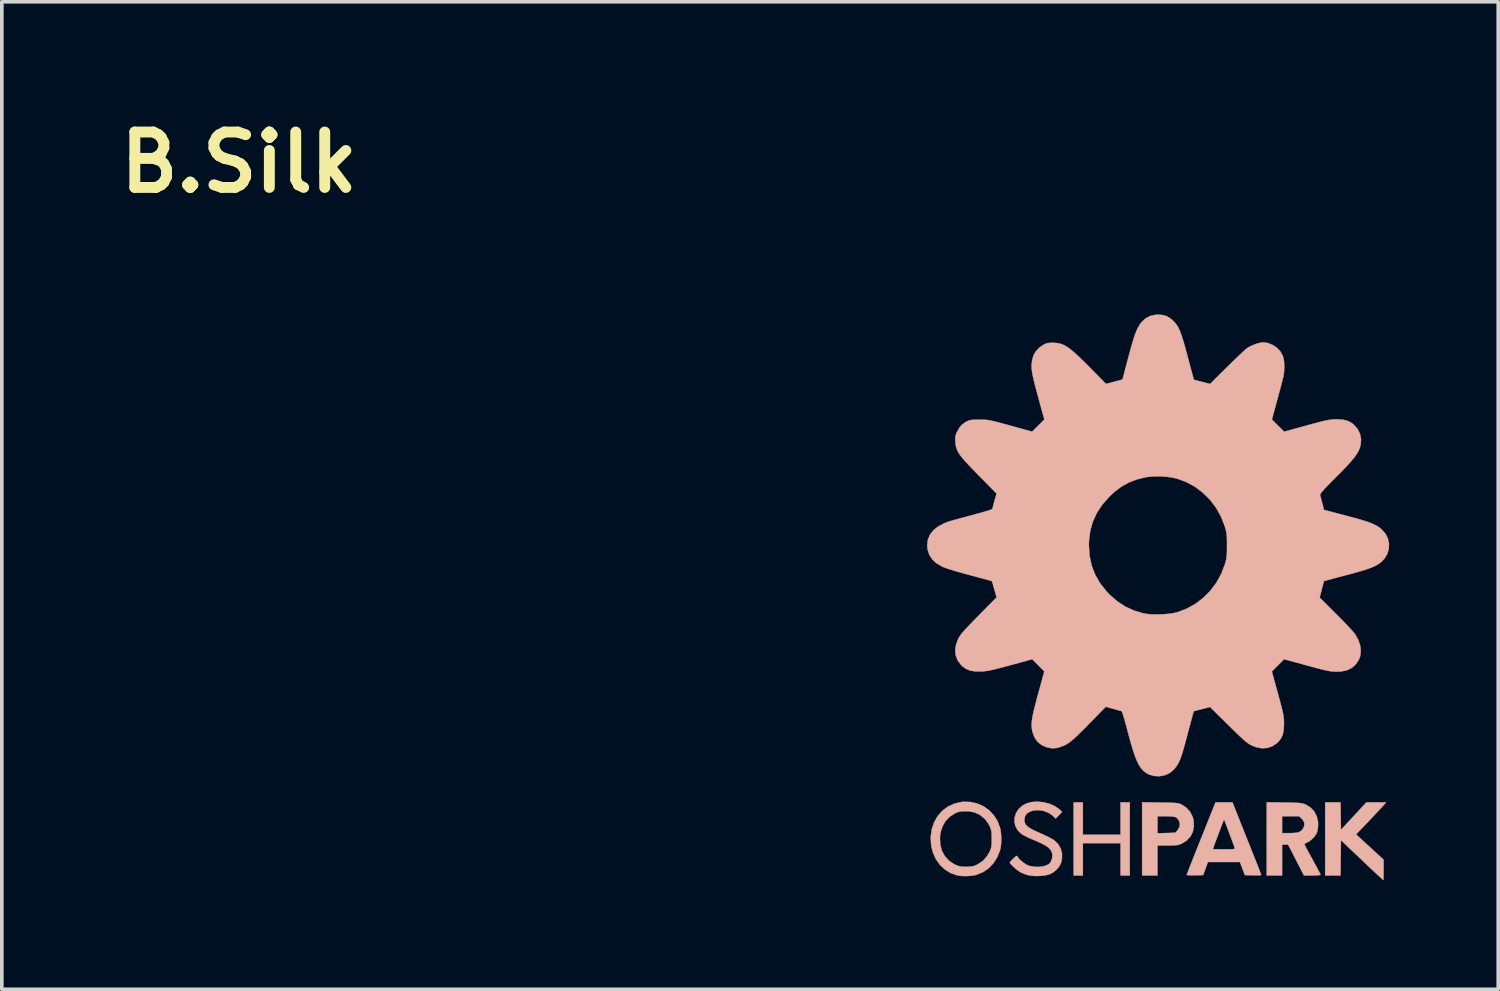
<source format=kicad_pcb>
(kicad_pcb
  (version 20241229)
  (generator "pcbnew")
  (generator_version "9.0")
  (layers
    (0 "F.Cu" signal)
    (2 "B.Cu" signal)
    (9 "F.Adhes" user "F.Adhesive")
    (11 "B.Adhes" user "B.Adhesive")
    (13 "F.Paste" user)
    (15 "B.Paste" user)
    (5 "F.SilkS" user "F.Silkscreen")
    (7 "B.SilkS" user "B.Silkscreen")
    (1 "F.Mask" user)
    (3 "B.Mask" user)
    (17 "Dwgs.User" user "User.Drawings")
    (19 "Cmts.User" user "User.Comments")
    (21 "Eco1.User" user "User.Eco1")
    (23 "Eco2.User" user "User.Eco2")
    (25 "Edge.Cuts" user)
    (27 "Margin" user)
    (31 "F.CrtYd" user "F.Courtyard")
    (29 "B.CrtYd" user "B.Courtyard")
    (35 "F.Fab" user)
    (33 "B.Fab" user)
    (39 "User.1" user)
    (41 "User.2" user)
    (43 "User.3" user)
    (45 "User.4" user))
  (footprint "B.Silk"
    (layer "F.Cu")
    (at 3.527 1.418)
    (property "Reference" "B.Silk" (at 0 0 0) (layer "F.SilkS") (effects (font (size 1.524 1.524) (thickness 0.3))))
    (attr through_hole)
    (fp_poly (pts (xy 23.22 18.5) (xy 24.257 18.5) (xy 24.257 17.611) (xy 24.511 17.611) (xy 24.511 19.622) (xy 24.257 19.622) (xy 24.257 18.733) (xy 23.22 18.733) (xy 23.22 19.622) (xy 22.966 19.622) (xy 22.966 17.611) (xy 23.22 17.611) (xy 23.22 18.5)) (stroke (width 0.01) (type solid)) (fill yes) (layer "B.SilkS"))
    (fp_poly (pts (xy 30.315 17.989) (xy 30.321 18.367) (xy 31.02 17.612) (xy 31.292 17.611) (xy 31.563 17.611) (xy 31.471 17.715) (xy 31.429 17.762) (xy 31.363 17.833) (xy 31.28 17.922) (xy 31.185 18.023) (xy 31.085 18.128) (xy 31.058 18.156) (xy 30.737 18.492) (xy 31.116 18.84) (xy 31.495 19.188) (xy 31.495 19.468) (xy 31.495 19.571) (xy 31.493 19.658) (xy 31.491 19.719) (xy 31.488 19.747) (xy 31.487 19.748) (xy 31.47 19.734) (xy 31.426 19.694) (xy 31.358 19.631) (xy 31.27 19.549) (xy 31.164 19.45) (xy 31.045 19.338) (xy 30.916 19.216) (xy 30.9 19.2) (xy 30.321 18.651) (xy 30.31 19.622) (xy 29.887 19.622) (xy 29.887 17.611) (xy 30.31 17.611) (xy 30.315 17.989)) (stroke (width 0.01) (type solid)) (fill yes) (layer "B.SilkS"))
    (fp_poly (pts (xy 25.342 17.614) (xy 25.501 17.617) (xy 25.624 17.62) (xy 25.717 17.624) (xy 25.787 17.629) (xy 25.838 17.637) (xy 25.878 17.647) (xy 25.912 17.659) (xy 25.929 17.667) (xy 26.063 17.753) (xy 26.168 17.866) (xy 26.239 18.004) (xy 26.266 18.103) (xy 26.276 18.266) (xy 26.247 18.415) (xy 26.182 18.546) (xy 26.081 18.657) (xy 25.947 18.742) (xy 25.94 18.746) (xy 25.891 18.767) (xy 25.843 18.781) (xy 25.787 18.789) (xy 25.711 18.794) (xy 25.607 18.796) (xy 25.553 18.796) (xy 25.273 18.796) (xy 25.273 19.622) (xy 24.85 19.622) (xy 24.85 17.992) (xy 25.273 17.992) (xy 25.273 18.461) (xy 25.518 18.454) (xy 25.763 18.447) (xy 25.825 18.378) (xy 25.875 18.295) (xy 25.889 18.206) (xy 25.868 18.12) (xy 25.815 18.049) (xy 25.767 18.015) (xy 25.727 18.005) (xy 25.656 17.998) (xy 25.565 17.993) (xy 25.497 17.992) (xy 25.273 17.992) (xy 24.85 17.992) (xy 24.85 17.607) (xy 25.342 17.614)) (stroke (width 0.01) (type solid)) (fill yes) (layer "B.SilkS"))
    (fp_poly (pts (xy 28.76 17.615) (xy 28.917 17.617) (xy 29.038 17.62) (xy 29.129 17.624) (xy 29.197 17.629) (xy 29.248 17.637) (xy 29.289 17.647) (xy 29.327 17.66) (xy 29.352 17.672) (xy 29.485 17.753) (xy 29.587 17.862) (xy 29.656 17.994) (xy 29.691 18.145) (xy 29.692 18.265) (xy 29.681 18.349) (xy 29.664 18.427) (xy 29.647 18.472) (xy 29.593 18.552) (xy 29.519 18.628) (xy 29.439 18.689) (xy 29.387 18.715) (xy 29.34 18.737) (xy 29.316 18.758) (xy 29.316 18.761) (xy 29.326 18.785) (xy 29.353 18.84) (xy 29.396 18.92) (xy 29.45 19.021) (xy 29.513 19.135) (xy 29.538 19.181) (xy 29.603 19.299) (xy 29.661 19.406) (xy 29.708 19.495) (xy 29.742 19.56) (xy 29.759 19.596) (xy 29.76 19.601) (xy 29.74 19.61) (xy 29.685 19.617) (xy 29.6 19.621) (xy 29.532 19.622) (xy 29.304 19.622) (xy 29.086 19.198) (xy 28.868 18.775) (xy 28.702 18.775) (xy 28.702 19.622) (xy 28.279 19.622) (xy 28.279 17.992) (xy 28.702 17.992) (xy 28.702 18.457) (xy 28.887 18.457) (xy 28.983 18.455) (xy 29.073 18.448) (xy 29.141 18.438) (xy 29.153 18.435) (xy 29.232 18.392) (xy 29.288 18.321) (xy 29.315 18.23) (xy 29.316 18.207) (xy 29.304 18.145) (xy 29.264 18.085) (xy 29.244 18.064) (xy 29.172 17.992) (xy 28.702 17.992) (xy 28.279 17.992) (xy 28.279 17.607) (xy 28.76 17.615)) (stroke (width 0.01) (type solid)) (fill yes) (layer "B.SilkS"))
    (fp_poly (pts (xy 27.104 17.611) (xy 27.337 17.611) (xy 27.722 18.579) (xy 27.799 18.772) (xy 27.871 18.953) (xy 27.937 19.119) (xy 27.996 19.266) (xy 28.045 19.39) (xy 28.083 19.487) (xy 28.109 19.553) (xy 28.121 19.584) (xy 28.122 19.585) (xy 28.125 19.602) (xy 28.115 19.612) (xy 28.085 19.618) (xy 28.029 19.619) (xy 27.939 19.618) (xy 27.906 19.617) (xy 27.677 19.611) (xy 27.609 19.431) (xy 27.542 19.251) (xy 26.661 19.251) (xy 26.595 19.431) (xy 26.529 19.611) (xy 26.303 19.617) (xy 26.211 19.618) (xy 26.137 19.616) (xy 26.09 19.611) (xy 26.077 19.606) (xy 26.085 19.584) (xy 26.107 19.526) (xy 26.141 19.437) (xy 26.188 19.319) (xy 26.243 19.178) (xy 26.308 19.016) (xy 26.356 18.894) (xy 26.797 18.894) (xy 26.817 18.897) (xy 26.872 18.899) (xy 26.954 18.901) (xy 27.057 18.902) (xy 27.106 18.902) (xy 27.226 18.901) (xy 27.31 18.9) (xy 27.363 18.896) (xy 27.392 18.89) (xy 27.403 18.881) (xy 27.401 18.867) (xy 27.401 18.865) (xy 27.389 18.834) (xy 27.365 18.77) (xy 27.332 18.681) (xy 27.292 18.572) (xy 27.247 18.452) (xy 27.247 18.452) (xy 27.204 18.335) (xy 27.165 18.233) (xy 27.134 18.153) (xy 27.112 18.1) (xy 27.103 18.081) (xy 27.103 18.081) (xy 27.094 18.102) (xy 27.073 18.155) (xy 27.043 18.233) (xy 27.007 18.329) (xy 26.966 18.436) (xy 26.925 18.546) (xy 26.885 18.652) (xy 26.85 18.747) (xy 26.822 18.824) (xy 26.803 18.876) (xy 26.797 18.894) (xy 26.356 18.894) (xy 26.379 18.837) (xy 26.455 18.646) (xy 26.474 18.6) (xy 26.87 17.611) (xy 27.104 17.611)) (stroke (width 0.01) (type solid)) (fill yes) (layer "B.SilkS"))
    (fp_poly (pts (xy 20.122 17.599) (xy 20.312 17.641) (xy 20.486 17.718) (xy 20.641 17.828) (xy 20.772 17.968) (xy 20.874 18.133) (xy 20.944 18.32) (xy 20.965 18.441) (xy 20.975 18.581) (xy 20.972 18.723) (xy 20.958 18.853) (xy 20.942 18.924) (xy 20.865 19.118) (xy 20.758 19.286) (xy 20.625 19.425) (xy 20.467 19.532) (xy 20.289 19.604) (xy 20.268 19.61) (xy 20.151 19.63) (xy 20.016 19.639) (xy 19.882 19.636) (xy 19.768 19.621) (xy 19.763 19.619) (xy 19.584 19.557) (xy 19.425 19.459) (xy 19.289 19.332) (xy 19.179 19.178) (xy 19.098 19.003) (xy 19.048 18.81) (xy 19.033 18.604) (xy 19.034 18.573) (xy 19.287 18.573) (xy 19.295 18.764) (xy 19.338 18.935) (xy 19.416 19.083) (xy 19.529 19.208) (xy 19.602 19.263) (xy 19.701 19.323) (xy 19.791 19.36) (xy 19.886 19.379) (xy 20.004 19.383) (xy 20.034 19.382) (xy 20.133 19.377) (xy 20.209 19.364) (xy 20.28 19.338) (xy 20.328 19.315) (xy 20.465 19.224) (xy 20.577 19.1) (xy 20.656 18.965) (xy 20.681 18.908) (xy 20.697 18.855) (xy 20.707 18.795) (xy 20.711 18.715) (xy 20.712 18.616) (xy 20.711 18.508) (xy 20.706 18.43) (xy 20.696 18.371) (xy 20.679 18.317) (xy 20.656 18.264) (xy 20.608 18.18) (xy 20.546 18.095) (xy 20.511 18.055) (xy 20.387 17.954) (xy 20.252 17.89) (xy 20.098 17.858) (xy 20.003 17.854) (xy 19.903 17.856) (xy 19.828 17.866) (xy 19.764 17.885) (xy 19.706 17.91) (xy 19.56 18.002) (xy 19.442 18.124) (xy 19.356 18.272) (xy 19.303 18.442) (xy 19.287 18.573) (xy 19.034 18.573) (xy 19.034 18.553) (xy 19.065 18.343) (xy 19.13 18.153) (xy 19.226 17.985) (xy 19.351 17.843) (xy 19.502 17.729) (xy 19.675 17.648) (xy 19.867 17.601) (xy 19.922 17.595) (xy 20.122 17.599)) (stroke (width 0.01) (type solid)) (fill yes) (layer "B.SilkS"))
    (fp_poly (pts (xy 22.134 17.607) (xy 22.297 17.648) (xy 22.445 17.712) (xy 22.568 17.797) (xy 22.58 17.808) (xy 22.649 17.873) (xy 22.56 17.964) (xy 22.472 18.054) (xy 22.382 17.971) (xy 22.273 17.896) (xy 22.143 17.846) (xy 22.004 17.824) (xy 21.869 17.832) (xy 21.767 17.863) (xy 21.68 17.917) (xy 21.63 17.986) (xy 21.611 18.078) (xy 21.611 18.092) (xy 21.618 18.157) (xy 21.642 18.214) (xy 21.688 18.266) (xy 21.759 18.319) (xy 21.861 18.375) (xy 21.998 18.438) (xy 22.04 18.456) (xy 22.153 18.507) (xy 22.262 18.559) (xy 22.355 18.608) (xy 22.422 18.648) (xy 22.436 18.658) (xy 22.54 18.759) (xy 22.61 18.882) (xy 22.646 19.022) (xy 22.644 19.171) (xy 22.623 19.266) (xy 22.575 19.366) (xy 22.496 19.461) (xy 22.398 19.541) (xy 22.326 19.579) (xy 22.22 19.612) (xy 22.089 19.631) (xy 21.947 19.638) (xy 21.81 19.631) (xy 21.696 19.61) (xy 21.609 19.58) (xy 21.521 19.541) (xy 21.486 19.523) (xy 21.43 19.484) (xy 21.365 19.433) (xy 21.303 19.377) (xy 21.25 19.324) (xy 21.216 19.284) (xy 21.209 19.267) (xy 21.223 19.244) (xy 21.26 19.202) (xy 21.307 19.155) (xy 21.363 19.104) (xy 21.397 19.083) (xy 21.414 19.089) (xy 21.415 19.092) (xy 21.448 19.145) (xy 21.508 19.207) (xy 21.584 19.269) (xy 21.663 19.321) (xy 21.736 19.354) (xy 21.741 19.356) (xy 21.865 19.381) (xy 21.991 19.387) (xy 22.11 19.376) (xy 22.213 19.347) (xy 22.292 19.304) (xy 22.334 19.257) (xy 22.376 19.142) (xy 22.379 19.033) (xy 22.373 19.008) (xy 22.351 18.95) (xy 22.315 18.897) (xy 22.261 18.846) (xy 22.184 18.795) (xy 22.08 18.739) (xy 21.945 18.677) (xy 21.773 18.604) (xy 21.682 18.563) (xy 21.594 18.517) (xy 21.527 18.476) (xy 21.519 18.47) (xy 21.424 18.375) (xy 21.363 18.264) (xy 21.337 18.144) (xy 21.344 18.022) (xy 21.382 17.904) (xy 21.452 17.795) (xy 21.55 17.704) (xy 21.663 17.642) (xy 21.806 17.602) (xy 21.966 17.591) (xy 22.134 17.607)) (stroke (width 0.01) (type solid)) (fill yes) (layer "B.SilkS"))
    (fp_poly (pts (xy 25.411 4.2) (xy 25.522 4.231) (xy 25.62 4.288) (xy 25.676 4.333) (xy 25.728 4.383) (xy 25.775 4.435) (xy 25.816 4.494) (xy 25.855 4.563) (xy 25.893 4.647) (xy 25.931 4.751) (xy 25.973 4.88) (xy 26.019 5.036) (xy 26.071 5.226) (xy 26.121 5.415) (xy 26.161 5.562) (xy 26.196 5.695) (xy 26.227 5.809) (xy 26.251 5.898) (xy 26.267 5.957) (xy 26.274 5.981) (xy 26.275 5.981) (xy 26.295 5.987) (xy 26.349 6.001) (xy 26.426 6.021) (xy 26.5 6.04) (xy 26.721 6.097) (xy 27.198 5.623) (xy 27.319 5.504) (xy 27.435 5.392) (xy 27.54 5.292) (xy 27.631 5.208) (xy 27.702 5.143) (xy 27.751 5.103) (xy 27.764 5.094) (xy 27.852 5.048) (xy 27.956 5.006) (xy 28.059 4.973) (xy 28.149 4.955) (xy 28.179 4.953) (xy 28.316 4.972) (xy 28.447 5.026) (xy 28.565 5.107) (xy 28.66 5.21) (xy 28.723 5.329) (xy 28.732 5.354) (xy 28.756 5.481) (xy 28.763 5.631) (xy 28.754 5.786) (xy 28.736 5.895) (xy 28.723 5.951) (xy 28.7 6.04) (xy 28.67 6.155) (xy 28.634 6.29) (xy 28.595 6.436) (xy 28.565 6.548) (xy 28.421 7.074) (xy 28.757 7.41) (xy 29.19 7.292) (xy 29.396 7.235) (xy 29.565 7.189) (xy 29.704 7.153) (xy 29.816 7.124) (xy 29.907 7.103) (xy 29.981 7.089) (xy 30.043 7.079) (xy 30.099 7.073) (xy 30.152 7.071) (xy 30.206 7.07) (xy 30.36 7.078) (xy 30.484 7.105) (xy 30.589 7.153) (xy 30.677 7.219) (xy 30.778 7.334) (xy 30.845 7.469) (xy 30.875 7.615) (xy 30.865 7.765) (xy 30.853 7.814) (xy 30.828 7.888) (xy 30.793 7.962) (xy 30.746 8.04) (xy 30.684 8.126) (xy 30.603 8.224) (xy 30.501 8.337) (xy 30.374 8.471) (xy 30.218 8.628) (xy 30.191 8.656) (xy 30.057 8.789) (xy 29.952 8.897) (xy 29.872 8.981) (xy 29.814 9.045) (xy 29.776 9.092) (xy 29.754 9.125) (xy 29.747 9.146) (xy 29.748 9.153) (xy 29.758 9.193) (xy 29.776 9.261) (xy 29.798 9.346) (xy 29.807 9.379) (xy 29.853 9.562) (xy 30.463 9.722) (xy 30.676 9.779) (xy 30.853 9.829) (xy 30.998 9.873) (xy 31.116 9.914) (xy 31.212 9.954) (xy 31.292 9.993) (xy 31.36 10.035) (xy 31.42 10.081) (xy 31.442 10.1) (xy 31.546 10.217) (xy 31.613 10.349) (xy 31.644 10.491) (xy 31.638 10.635) (xy 31.596 10.774) (xy 31.518 10.904) (xy 31.45 10.977) (xy 31.394 11.024) (xy 31.331 11.067) (xy 31.258 11.107) (xy 31.168 11.146) (xy 31.058 11.187) (xy 30.922 11.231) (xy 30.756 11.279) (xy 30.555 11.334) (xy 30.469 11.356) (xy 30.316 11.397) (xy 30.176 11.434) (xy 30.055 11.467) (xy 29.958 11.493) (xy 29.89 11.511) (xy 29.857 11.521) (xy 29.854 11.522) (xy 29.848 11.542) (xy 29.834 11.595) (xy 29.814 11.673) (xy 29.794 11.75) (xy 29.735 11.975) (xy 30.189 12.428) (xy 30.307 12.546) (xy 30.418 12.66) (xy 30.519 12.765) (xy 30.603 12.856) (xy 30.668 12.928) (xy 30.707 12.976) (xy 30.713 12.984) (xy 30.797 13.136) (xy 30.849 13.29) (xy 30.868 13.441) (xy 30.853 13.581) (xy 30.819 13.674) (xy 30.733 13.808) (xy 30.625 13.907) (xy 30.493 13.973) (xy 30.335 14.007) (xy 30.226 14.012) (xy 30.164 14.012) (xy 30.107 14.009) (xy 30.05 14.004) (xy 29.986 13.994) (xy 29.911 13.979) (xy 29.819 13.958) (xy 29.705 13.929) (xy 29.564 13.891) (xy 29.389 13.844) (xy 29.296 13.818) (xy 28.758 13.671) (xy 28.42 14.009) (xy 28.587 14.619) (xy 28.635 14.795) (xy 28.673 14.937) (xy 28.701 15.049) (xy 28.722 15.139) (xy 28.737 15.213) (xy 28.746 15.275) (xy 28.751 15.333) (xy 28.754 15.393) (xy 28.754 15.452) (xy 28.747 15.61) (xy 28.723 15.737) (xy 28.679 15.841) (xy 28.611 15.931) (xy 28.562 15.979) (xy 28.433 16.066) (xy 28.291 16.114) (xy 28.139 16.121) (xy 27.978 16.089) (xy 27.861 16.042) (xy 27.817 16.019) (xy 27.773 15.991) (xy 27.723 15.954) (xy 27.665 15.906) (xy 27.594 15.842) (xy 27.506 15.76) (xy 27.398 15.655) (xy 27.265 15.525) (xy 27.219 15.479) (xy 26.72 14.986) (xy 26.499 15.042) (xy 26.409 15.066) (xy 26.335 15.086) (xy 26.287 15.099) (xy 26.272 15.104) (xy 26.265 15.125) (xy 26.249 15.181) (xy 26.225 15.268) (xy 26.194 15.381) (xy 26.159 15.514) (xy 26.119 15.662) (xy 26.11 15.698) (xy 26.054 15.908) (xy 26.006 16.082) (xy 25.965 16.225) (xy 25.928 16.34) (xy 25.893 16.434) (xy 25.859 16.51) (xy 25.824 16.573) (xy 25.787 16.629) (xy 25.744 16.681) (xy 25.71 16.719) (xy 25.601 16.807) (xy 25.47 16.865) (xy 25.326 16.891) (xy 25.18 16.884) (xy 25.04 16.843) (xy 25.024 16.836) (xy 24.95 16.793) (xy 24.883 16.74) (xy 24.822 16.672) (xy 24.765 16.586) (xy 24.71 16.477) (xy 24.656 16.343) (xy 24.6 16.179) (xy 24.541 15.981) (xy 24.477 15.747) (xy 24.464 15.698) (xy 24.424 15.546) (xy 24.386 15.409) (xy 24.353 15.291) (xy 24.324 15.197) (xy 24.303 15.133) (xy 24.29 15.103) (xy 24.289 15.101) (xy 24.26 15.093) (xy 24.201 15.077) (xy 24.12 15.054) (xy 24.059 15.037) (xy 23.85 14.98) (xy 23.424 15.414) (xy 23.278 15.563) (xy 23.156 15.684) (xy 23.056 15.781) (xy 22.973 15.858) (xy 22.904 15.918) (xy 22.843 15.965) (xy 22.787 16.002) (xy 22.733 16.032) (xy 22.686 16.055) (xy 22.531 16.109) (xy 22.385 16.124) (xy 22.243 16.1) (xy 22.095 16.039) (xy 21.978 15.949) (xy 21.892 15.829) (xy 21.836 15.681) (xy 21.823 15.619) (xy 21.813 15.551) (xy 21.81 15.482) (xy 21.813 15.405) (xy 21.824 15.317) (xy 21.842 15.212) (xy 21.87 15.085) (xy 21.908 14.931) (xy 21.957 14.745) (xy 22.001 14.583) (xy 22.159 14.005) (xy 21.825 13.671) (xy 21.226 13.835) (xy 21.045 13.884) (xy 20.898 13.923) (xy 20.78 13.952) (xy 20.684 13.974) (xy 20.604 13.989) (xy 20.533 13.999) (xy 20.466 14.005) (xy 20.415 14.008) (xy 20.252 14.006) (xy 20.119 13.984) (xy 20.008 13.939) (xy 19.909 13.869) (xy 19.87 13.832) (xy 19.777 13.71) (xy 19.723 13.572) (xy 19.707 13.423) (xy 19.731 13.266) (xy 19.791 13.11) (xy 19.815 13.065) (xy 19.845 13.019) (xy 19.884 12.967) (xy 19.935 12.906) (xy 20.001 12.832) (xy 20.088 12.741) (xy 20.197 12.628) (xy 20.332 12.491) (xy 20.355 12.467) (xy 20.846 11.97) (xy 20.784 11.749) (xy 20.758 11.659) (xy 20.737 11.585) (xy 20.721 11.537) (xy 20.716 11.522) (xy 20.694 11.515) (xy 20.637 11.499) (xy 20.549 11.475) (xy 20.436 11.444) (xy 20.302 11.408) (xy 20.153 11.368) (xy 20.107 11.356) (xy 19.918 11.305) (xy 19.747 11.256) (xy 19.597 11.211) (xy 19.475 11.171) (xy 19.386 11.139) (xy 19.354 11.125) (xy 19.194 11.032) (xy 19.073 10.921) (xy 18.991 10.793) (xy 18.946 10.646) (xy 18.937 10.541) (xy 23.385 10.541) (xy 23.404 10.825) (xy 23.461 11.091) (xy 23.556 11.341) (xy 23.691 11.577) (xy 23.866 11.799) (xy 23.958 11.896) (xy 24.168 12.079) (xy 24.389 12.224) (xy 24.627 12.333) (xy 24.887 12.41) (xy 24.913 12.415) (xy 25.031 12.432) (xy 25.176 12.439) (xy 25.336 12.439) (xy 25.498 12.43) (xy 25.649 12.414) (xy 25.774 12.391) (xy 25.802 12.384) (xy 26.064 12.287) (xy 26.307 12.154) (xy 26.528 11.988) (xy 26.723 11.792) (xy 26.891 11.569) (xy 27.027 11.322) (xy 27.128 11.059) (xy 27.15 10.98) (xy 27.166 10.913) (xy 27.176 10.844) (xy 27.182 10.765) (xy 27.185 10.663) (xy 27.185 10.541) (xy 27.185 10.41) (xy 27.182 10.311) (xy 27.176 10.233) (xy 27.165 10.165) (xy 27.149 10.096) (xy 27.128 10.023) (xy 27.025 9.756) (xy 26.889 9.51) (xy 26.721 9.287) (xy 26.525 9.092) (xy 26.305 8.926) (xy 26.062 8.794) (xy 25.802 8.699) (xy 25.653 8.667) (xy 25.478 8.646) (xy 25.293 8.639) (xy 25.114 8.644) (xy 24.957 8.662) (xy 24.936 8.666) (xy 24.69 8.729) (xy 24.472 8.814) (xy 24.272 8.927) (xy 24.082 9.073) (xy 23.95 9.197) (xy 23.759 9.413) (xy 23.608 9.639) (xy 23.497 9.878) (xy 23.424 10.132) (xy 23.389 10.404) (xy 23.385 10.541) (xy 18.937 10.541) (xy 18.937 10.54) (xy 18.955 10.384) (xy 19.012 10.245) (xy 19.108 10.122) (xy 19.243 10.016) (xy 19.417 9.926) (xy 19.503 9.892) (xy 19.546 9.879) (xy 19.624 9.856) (xy 19.73 9.826) (xy 19.858 9.791) (xy 20.002 9.753) (xy 20.15 9.713) (xy 20.298 9.673) (xy 20.432 9.635) (xy 20.548 9.602) (xy 20.639 9.573) (xy 20.7 9.552) (xy 20.726 9.54) (xy 20.727 9.539) (xy 20.742 9.5) (xy 20.743 9.49) (xy 20.749 9.46) (xy 20.764 9.4) (xy 20.785 9.322) (xy 20.795 9.289) (xy 20.846 9.112) (xy 20.355 8.615) (xy 20.199 8.456) (xy 20.072 8.323) (xy 19.969 8.211) (xy 19.888 8.116) (xy 19.827 8.034) (xy 19.782 7.961) (xy 19.751 7.893) (xy 19.73 7.826) (xy 19.718 7.756) (xy 19.711 7.687) (xy 19.708 7.598) (xy 19.715 7.531) (xy 19.736 7.466) (xy 19.753 7.427) (xy 19.819 7.305) (xy 19.895 7.215) (xy 19.989 7.148) (xy 20.016 7.133) (xy 20.065 7.11) (xy 20.111 7.095) (xy 20.166 7.086) (xy 20.24 7.082) (xy 20.344 7.08) (xy 20.373 7.08) (xy 20.447 7.081) (xy 20.51 7.082) (xy 20.569 7.086) (xy 20.629 7.094) (xy 20.698 7.107) (xy 20.781 7.126) (xy 20.884 7.152) (xy 21.014 7.187) (xy 21.177 7.231) (xy 21.226 7.245) (xy 21.824 7.409) (xy 21.992 7.242) (xy 22.16 7.074) (xy 22.001 6.499) (xy 21.944 6.286) (xy 21.897 6.109) (xy 21.862 5.962) (xy 21.836 5.842) (xy 21.819 5.743) (xy 21.81 5.661) (xy 21.808 5.591) (xy 21.813 5.527) (xy 21.819 5.488) (xy 21.834 5.411) (xy 21.851 5.343) (xy 21.861 5.313) (xy 21.923 5.205) (xy 22.013 5.105) (xy 22.12 5.027) (xy 22.121 5.027) (xy 22.186 4.994) (xy 22.243 4.975) (xy 22.307 4.966) (xy 22.397 4.965) (xy 22.405 4.965) (xy 22.489 4.969) (xy 22.568 4.981) (xy 22.646 5.005) (xy 22.726 5.042) (xy 22.812 5.095) (xy 22.908 5.167) (xy 23.017 5.261) (xy 23.143 5.378) (xy 23.291 5.522) (xy 23.46 5.692) (xy 23.858 6.096) (xy 24.084 6.035) (xy 24.31 5.975) (xy 24.473 5.36) (xy 24.53 5.148) (xy 24.58 4.972) (xy 24.624 4.827) (xy 24.665 4.709) (xy 24.704 4.612) (xy 24.744 4.532) (xy 24.785 4.463) (xy 24.831 4.401) (xy 24.841 4.389) (xy 24.947 4.292) (xy 25.077 4.225) (xy 25.222 4.193) (xy 25.275 4.191) (xy 25.411 4.2)) (stroke (width 0.01) (type solid)) (fill yes) (layer "B.SilkS")))
  (gr_rect
    (start -3 -3)
    (end 38.176 24.172)
    (stroke (width 0.1) (type default))
    (fill no)
    (layer "Edge.Cuts")))
</source>
